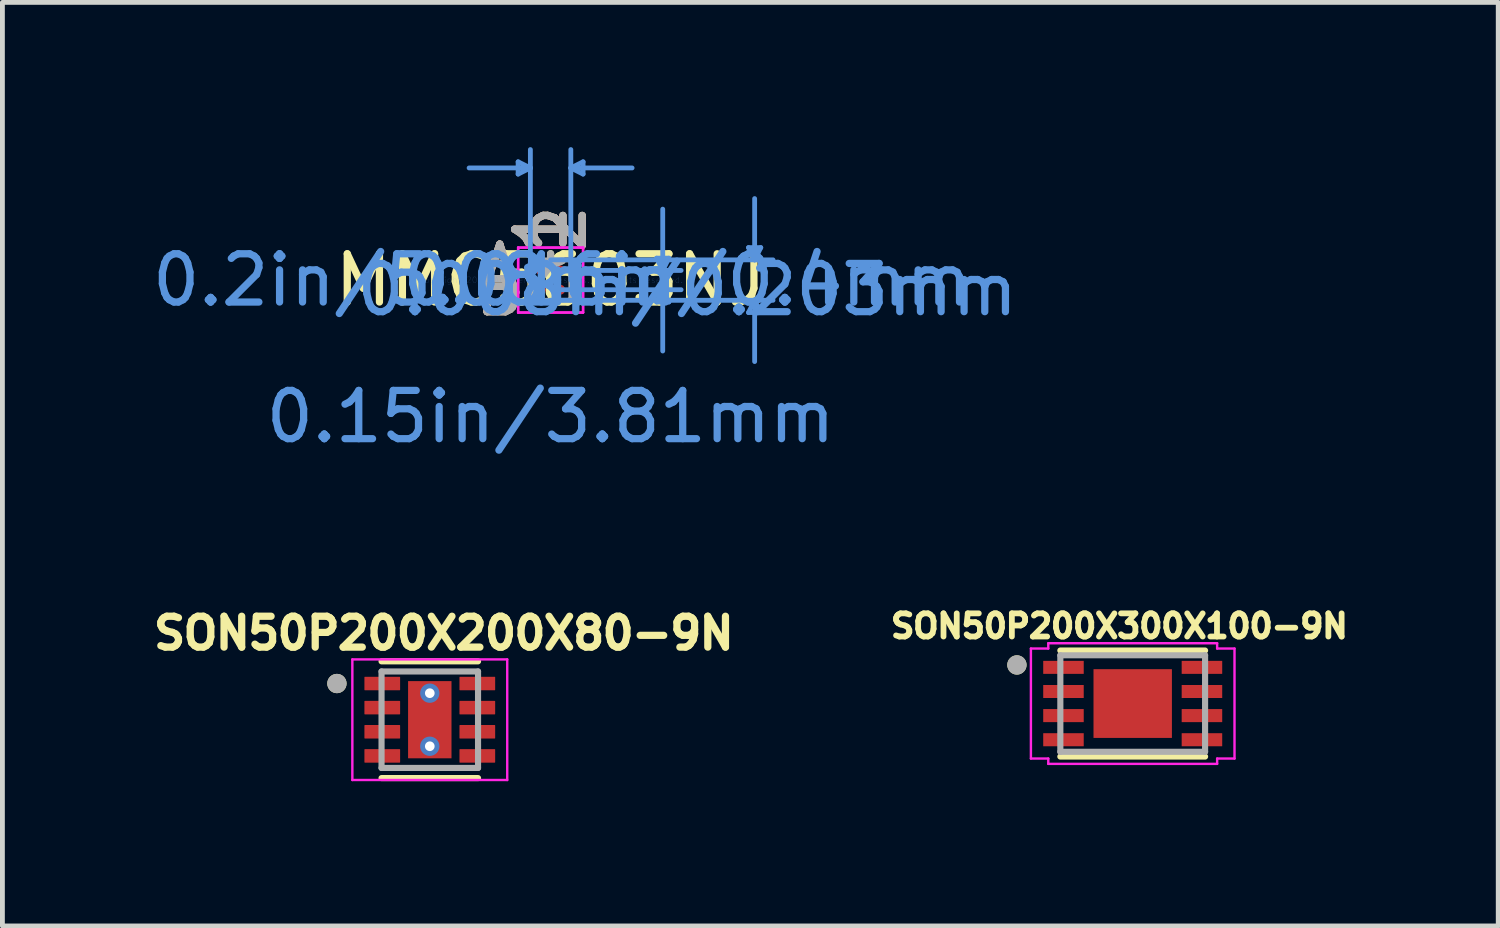
<source format=kicad_pcb>
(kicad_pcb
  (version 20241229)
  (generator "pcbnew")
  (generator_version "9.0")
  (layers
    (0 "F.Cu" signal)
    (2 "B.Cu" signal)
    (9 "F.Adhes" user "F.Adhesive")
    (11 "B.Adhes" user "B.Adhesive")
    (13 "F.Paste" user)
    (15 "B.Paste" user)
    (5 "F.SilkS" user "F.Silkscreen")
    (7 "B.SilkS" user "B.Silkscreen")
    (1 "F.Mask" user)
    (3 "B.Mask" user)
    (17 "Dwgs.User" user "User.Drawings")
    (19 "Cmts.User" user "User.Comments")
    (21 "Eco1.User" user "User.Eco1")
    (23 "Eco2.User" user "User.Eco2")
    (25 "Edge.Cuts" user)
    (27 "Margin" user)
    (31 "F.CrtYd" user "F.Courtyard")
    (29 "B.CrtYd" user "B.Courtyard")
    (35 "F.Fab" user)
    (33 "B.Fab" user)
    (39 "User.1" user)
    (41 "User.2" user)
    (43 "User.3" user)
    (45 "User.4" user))
  (footprint "SON50P200X200X80-9N"
    (layer "F.Cu")
    (at 5.858 11.867)
    (property "Reference" "SON50P200X200X80-9N" (at 0.292 -1.793 0) (layer "F.SilkS") (effects (font (size 0.64 0.64) (thickness 0.15))))
    (attr through_hole)
    (fp_line (start -1 -1.21) (end 1 -1.21) (stroke (width 0.127) (type solid)) (layer "F.SilkS"))
    (fp_line (start -1 1.21) (end 1 1.21) (stroke (width 0.127) (type solid)) (layer "F.SilkS"))
    (fp_circle (center -1.925 -0.75) (end -1.825 -0.75) (stroke (width 0.2) (type solid)) (fill no) (layer "F.SilkS"))
    (fp_poly (pts (xy -0.28 -0.51) (xy 0.28 -0.51) (xy 0.28 0.51) (xy -0.28 0.51)) (stroke (width 0.01) (type solid)) (fill yes) (layer "F.Paste"))
    (fp_line (start -1.605 -1.25) (end -1.605 1.25) (stroke (width 0.05) (type solid)) (layer "F.CrtYd"))
    (fp_line (start -1.605 -1.25) (end 1.605 -1.25) (stroke (width 0.05) (type solid)) (layer "F.CrtYd"))
    (fp_line (start -1.605 1.25) (end 1.605 1.25) (stroke (width 0.05) (type solid)) (layer "F.CrtYd"))
    (fp_line (start 1.605 -1.25) (end 1.605 1.25) (stroke (width 0.05) (type solid)) (layer "F.CrtYd"))
    (fp_line (start -1 -1) (end -1 1) (stroke (width 0.127) (type solid)) (layer "F.Fab"))
    (fp_line (start -1 -1) (end 1 -1) (stroke (width 0.127) (type solid)) (layer "F.Fab"))
    (fp_line (start -1 1) (end 1 1) (stroke (width 0.127) (type solid)) (layer "F.Fab"))
    (fp_line (start 1 -1) (end 1 1) (stroke (width 0.127) (type solid)) (layer "F.Fab"))
    (fp_circle (center -1.925 -0.75) (end -1.825 -0.75) (stroke (width 0.2) (type solid)) (fill no) (layer "F.Fab"))
    (pad "1" smd roundrect (at -0.985 -0.75) (size 0.74 0.28) (layers "F.Cu" "F.Mask" "F.Paste") (roundrect_rratio 0.04))
    (pad "2" smd roundrect (at -0.985 -0.25) (size 0.74 0.28) (layers "F.Cu" "F.Mask" "F.Paste") (roundrect_rratio 0.04))
    (pad "3" smd roundrect (at -0.985 0.25) (size 0.74 0.28) (layers "F.Cu" "F.Mask" "F.Paste") (roundrect_rratio 0.04))
    (pad "4" smd roundrect (at -0.985 0.75) (size 0.74 0.28) (layers "F.Cu" "F.Mask" "F.Paste") (roundrect_rratio 0.04))
    (pad "5" smd roundrect (at 0.985 0.75) (size 0.74 0.28) (layers "F.Cu" "F.Mask" "F.Paste") (roundrect_rratio 0.04))
    (pad "6" smd roundrect (at 0.985 0.25) (size 0.74 0.28) (layers "F.Cu" "F.Mask" "F.Paste") (roundrect_rratio 0.04))
    (pad "7" smd roundrect (at 0.985 -0.25) (size 0.74 0.28) (layers "F.Cu" "F.Mask" "F.Paste") (roundrect_rratio 0.04))
    (pad "8" smd roundrect (at 0.985 -0.75) (size 0.74 0.28) (layers "F.Cu" "F.Mask" "F.Paste") (roundrect_rratio 0.04))
    (pad "9" thru_hole circle (at 0 -0.55) (size 0.4 0.4) (drill 0.2) (layers "*.Cu"))
    (pad "9" smd rect (at 0 0) (size 0.9 1.6) (layers "F.Cu" "F.Mask"))
    (pad "9" thru_hole circle (at 0 0.55) (size 0.4 0.4) (drill 0.2) (layers "*.Cu")))
  (footprint "SON50P200X300X100-9N"
    (layer "F.Cu")
    (at 20.427 11.532)
    (property "Reference" "SON50P200X300X100-9N" (at -0.276 -1.605 0) (layer "F.SilkS") (effects (font (size 0.48 0.48) (thickness 0.15))))
    (attr through_hole)
    (fp_line (start -1.5 -1.099) (end 1.5 -1.099) (stroke (width 0.127) (type solid)) (layer "F.SilkS"))
    (fp_line (start -1.5 1.099) (end 1.5 1.099) (stroke (width 0.127) (type solid)) (layer "F.SilkS"))
    (fp_circle (center -2.4 -0.8) (end -2.3 -0.8) (stroke (width 0.2) (type solid)) (fill no) (layer "F.SilkS"))
    (fp_poly (pts (xy -0.665 -0.49) (xy -0.075 -0.49) (xy -0.075 0.49) (xy -0.665 0.49)) (stroke (width 0.01) (type solid)) (fill yes) (layer "F.Paste"))
    (fp_poly (pts (xy 0.075 -0.49) (xy 0.665 -0.49) (xy 0.665 0.49) (xy 0.075 0.49)) (stroke (width 0.01) (type solid)) (fill yes) (layer "F.Paste"))
    (fp_line (start -2.11 -1.14) (end -1.75 -1.14) (stroke (width 0.05) (type solid)) (layer "F.CrtYd"))
    (fp_line (start -2.11 1.14) (end -2.11 -1.14) (stroke (width 0.05) (type solid)) (layer "F.CrtYd"))
    (fp_line (start -1.75 -1.25) (end 1.75 -1.25) (stroke (width 0.05) (type solid)) (layer "F.CrtYd"))
    (fp_line (start -1.75 -1.14) (end -1.75 -1.25) (stroke (width 0.05) (type solid)) (layer "F.CrtYd"))
    (fp_line (start -1.75 1.14) (end -2.11 1.14) (stroke (width 0.05) (type solid)) (layer "F.CrtYd"))
    (fp_line (start -1.75 1.25) (end -1.75 1.14) (stroke (width 0.05) (type solid)) (layer "F.CrtYd"))
    (fp_line (start 1.75 -1.25) (end 1.75 -1.14) (stroke (width 0.05) (type solid)) (layer "F.CrtYd"))
    (fp_line (start 1.75 -1.14) (end 2.11 -1.14) (stroke (width 0.05) (type solid)) (layer "F.CrtYd"))
    (fp_line (start 1.75 1.14) (end 1.75 1.25) (stroke (width 0.05) (type solid)) (layer "F.CrtYd"))
    (fp_line (start 1.75 1.25) (end -1.75 1.25) (stroke (width 0.05) (type solid)) (layer "F.CrtYd"))
    (fp_line (start 2.11 -1.14) (end 2.11 1.14) (stroke (width 0.05) (type solid)) (layer "F.CrtYd"))
    (fp_line (start 2.11 1.14) (end 1.75 1.14) (stroke (width 0.05) (type solid)) (layer "F.CrtYd"))
    (fp_line (start -1.5 -1) (end 1.5 -1) (stroke (width 0.127) (type solid)) (layer "F.Fab"))
    (fp_line (start -1.5 1) (end -1.5 -1) (stroke (width 0.127) (type solid)) (layer "F.Fab"))
    (fp_line (start 1.5 -1) (end 1.5 1) (stroke (width 0.127) (type solid)) (layer "F.Fab"))
    (fp_line (start 1.5 1) (end -1.5 1) (stroke (width 0.127) (type solid)) (layer "F.Fab"))
    (fp_circle (center -2.4 -0.8) (end -2.3 -0.8) (stroke (width 0.2) (type solid)) (fill no) (layer "F.Fab"))
    (pad "1" smd roundrect (at -1.435 -0.75) (size 0.84 0.27) (layers "F.Cu" "F.Mask" "F.Paste") (roundrect_rratio 0.01))
    (pad "2" smd roundrect (at -1.435 -0.25) (size 0.84 0.27) (layers "F.Cu" "F.Mask" "F.Paste") (roundrect_rratio 0.01))
    (pad "3" smd roundrect (at -1.435 0.25) (size 0.84 0.27) (layers "F.Cu" "F.Mask" "F.Paste") (roundrect_rratio 0.01))
    (pad "4" smd roundrect (at -1.435 0.75) (size 0.84 0.27) (layers "F.Cu" "F.Mask" "F.Paste") (roundrect_rratio 0.01))
    (pad "5" smd roundrect (at 1.435 0.75) (size 0.84 0.27) (layers "F.Cu" "F.Mask" "F.Paste") (roundrect_rratio 0.01))
    (pad "6" smd roundrect (at 1.435 0.25) (size 0.84 0.27) (layers "F.Cu" "F.Mask" "F.Paste") (roundrect_rratio 0.01))
    (pad "7" smd roundrect (at 1.435 -0.25) (size 0.84 0.27) (layers "F.Cu" "F.Mask" "F.Paste") (roundrect_rratio 0.01))
    (pad "8" smd roundrect (at 1.435 -0.75) (size 0.84 0.27) (layers "F.Cu" "F.Mask" "F.Paste") (roundrect_rratio 0.01))
    (pad "9" smd rect (at 0 0) (size 1.625 1.425) (layers "F.Cu" "F.Mask")))
  (footprint "MMC5603NJ"
    (layer "F.Cu")
    (at 8.362 2.755)
    (property "Reference" "MMC5603NJ" (at 0 0 0) (layer "F.SilkS") (effects (font (size 1 1) (thickness 0.15))))
    (attr through_hole)
    (fp_line (start -0.673 -2.451) (end -0.673 -2.197) (stroke (width 0.1) (type solid)) (layer "Cmts.User"))
    (fp_line (start -0.419 -2.324) (end -1.689 -2.324) (stroke (width 0.1) (type solid)) (layer "Cmts.User"))
    (fp_line (start -0.419 -2.324) (end -0.673 -2.451) (stroke (width 0.1) (type solid)) (layer "Cmts.User"))
    (fp_line (start -0.419 -2.324) (end -0.673 -2.197) (stroke (width 0.1) (type solid)) (layer "Cmts.User"))
    (fp_line (start -0.419 0) (end -0.419 -2.705) (stroke (width 0.1) (type solid)) (layer "Cmts.User"))
    (fp_line (start 0 -0.419) (end 4.61 -0.419) (stroke (width 0.1) (type solid)) (layer "Cmts.User"))
    (fp_line (start 0 0.419) (end 4.61 0.419) (stroke (width 0.1) (type solid)) (layer "Cmts.User"))
    (fp_line (start 0.2 -0.2) (end 2.705 -0.2) (stroke (width 0.1) (type solid)) (layer "Cmts.User"))
    (fp_line (start 0.2 0.2) (end 2.705 0.2) (stroke (width 0.1) (type solid)) (layer "Cmts.User"))
    (fp_line (start 0.419 -2.324) (end 0.673 -2.451) (stroke (width 0.1) (type solid)) (layer "Cmts.User"))
    (fp_line (start 0.419 -2.324) (end 0.673 -2.197) (stroke (width 0.1) (type solid)) (layer "Cmts.User"))
    (fp_line (start 0.419 -2.324) (end 1.689 -2.324) (stroke (width 0.1) (type solid)) (layer "Cmts.User"))
    (fp_line (start 0.419 0) (end 0.419 -2.705) (stroke (width 0.1) (type solid)) (layer "Cmts.User"))
    (fp_line (start 0.673 -2.451) (end 0.673 -2.197) (stroke (width 0.1) (type solid)) (layer "Cmts.User"))
    (fp_line (start 2.197 -0.454) (end 2.451 -0.454) (stroke (width 0.1) (type solid)) (layer "Cmts.User"))
    (fp_line (start 2.197 0.454) (end 2.451 0.454) (stroke (width 0.1) (type solid)) (layer "Cmts.User"))
    (fp_line (start 2.324 -0.2) (end 2.197 -0.454) (stroke (width 0.1) (type solid)) (layer "Cmts.User"))
    (fp_line (start 2.324 -0.2) (end 2.324 -1.47) (stroke (width 0.1) (type solid)) (layer "Cmts.User"))
    (fp_line (start 2.324 -0.2) (end 2.451 -0.454) (stroke (width 0.1) (type solid)) (layer "Cmts.User"))
    (fp_line (start 2.324 0.2) (end 2.197 0.454) (stroke (width 0.1) (type solid)) (layer "Cmts.User"))
    (fp_line (start 2.324 0.2) (end 2.324 1.47) (stroke (width 0.1) (type solid)) (layer "Cmts.User"))
    (fp_line (start 2.324 0.2) (end 2.451 0.454) (stroke (width 0.1) (type solid)) (layer "Cmts.User"))
    (fp_line (start 4.102 -0.673) (end 4.356 -0.673) (stroke (width 0.1) (type solid)) (layer "Cmts.User"))
    (fp_line (start 4.102 0.673) (end 4.356 0.673) (stroke (width 0.1) (type solid)) (layer "Cmts.User"))
    (fp_line (start 4.229 -0.419) (end 4.102 -0.673) (stroke (width 0.1) (type solid)) (layer "Cmts.User"))
    (fp_line (start 4.229 -0.419) (end 4.229 -1.689) (stroke (width 0.1) (type solid)) (layer "Cmts.User"))
    (fp_line (start 4.229 -0.419) (end 4.356 -0.673) (stroke (width 0.1) (type solid)) (layer "Cmts.User"))
    (fp_line (start 4.229 0.419) (end 4.102 0.673) (stroke (width 0.1) (type solid)) (layer "Cmts.User"))
    (fp_line (start 4.229 0.419) (end 4.229 1.689) (stroke (width 0.1) (type solid)) (layer "Cmts.User"))
    (fp_line (start 4.229 0.419) (end 4.356 0.673) (stroke (width 0.1) (type solid)) (layer "Cmts.User"))
    (fp_line (start -0.673 -0.673) (end 0.673 -0.673) (stroke (width 0.05) (type solid)) (layer "F.CrtYd"))
    (fp_line (start -0.673 -0.673) (end 0.673 -0.673) (stroke (width 0.05) (type solid)) (layer "F.CrtYd"))
    (fp_line (start -0.673 0.673) (end -0.673 -0.673) (stroke (width 0.05) (type solid)) (layer "F.CrtYd"))
    (fp_line (start -0.673 0.673) (end -0.673 -0.673) (stroke (width 0.05) (type solid)) (layer "F.CrtYd"))
    (fp_line (start 0.673 -0.673) (end 0.673 0.673) (stroke (width 0.05) (type solid)) (layer "F.CrtYd"))
    (fp_line (start 0.673 -0.673) (end 0.673 0.673) (stroke (width 0.05) (type solid)) (layer "F.CrtYd"))
    (fp_line (start 0.673 0.673) (end -0.673 0.673) (stroke (width 0.05) (type solid)) (layer "F.CrtYd"))
    (fp_line (start 0.673 0.673) (end -0.673 0.673) (stroke (width 0.05) (type solid)) (layer "F.CrtYd"))
    (fp_line (start -0.419 -0.419) (end -0.419 0.419) (stroke (width 0.1) (type solid)) (layer "F.Fab"))
    (fp_line (start -0.419 0.419) (end 0.419 0.419) (stroke (width 0.1) (type solid)) (layer "F.Fab"))
    (fp_line (start -0.219 -0.419) (end -0.419 -0.219) (stroke (width 0.1) (type solid)) (layer "F.Fab"))
    (fp_line (start 0.419 -0.419) (end -0.419 -0.419) (stroke (width 0.1) (type solid)) (layer "F.Fab"))
    (fp_line (start 0.419 0.419) (end 0.419 -0.419) (stroke (width 0.1) (type solid)) (layer "F.Fab"))
    (fp_text user "B" (at -1.054 0.2 0) (layer "F.SilkS") (effects (font (size 1 1) (thickness 0.15))))
    (fp_text user "*" (at 0 0 0) (layer "F.SilkS") (effects (font (size 1 1) (thickness 0.15))))
    (fp_text user "2" (at 0.2 -1.054 90) (layer "F.SilkS") (effects (font (size 1 1) (thickness 0.15))))
    (fp_text user "1" (at -0.2 -1.054 90) (layer "F.SilkS") (effects (font (size 1 1) (thickness 0.15))))
    (fp_text user "A" (at -1.054 -0.2 0) (layer "F.SilkS") (effects (font (size 1 1) (thickness 0.15))))
    (fp_text user "B" (at -1.054 0.2 0) (layer "B.SilkS") (effects (font (size 1 1) (thickness 0.15))))
    (fp_text user "1" (at -0.2 -1.054 90) (layer "B.SilkS") (effects (font (size 1 1) (thickness 0.15))))
    (fp_text user "A" (at -1.054 -0.2 0) (layer "B.SilkS") (effects (font (size 1 1) (thickness 0.15))))
    (fp_text user "2" (at 0.2 -1.054 90) (layer "B.SilkS") (effects (font (size 1 1) (thickness 0.15))))
    (fp_text user "0.2in/5.08mm" (at -2.832 0 0) (layer "Cmts.User") (effects (font (size 1 1) (thickness 0.15))))
    (fp_text user "Copyright 2021 Accelerated Designs. All rights reserved." (at 0 0 0) (layer "Cmts.User") (effects (font (size 0.127 0.127) (thickness 0.002))))
    (fp_text user "0.15in/3.81mm" (at 0 2.832 0) (layer "Cmts.User") (effects (font (size 1 1) (thickness 0.15))))
    (fp_text user "0.008in/0.203mm" (at 2.832 0.2 0) (layer "Cmts.User") (effects (font (size 1 1) (thickness 0.15))))
    (fp_text user "0.016in/0.4mm" (at 2.832 0 0) (layer "Cmts.User") (effects (font (size 1 1) (thickness 0.15))))
    (fp_text user "*" (at 0 0 0) (layer "F.Fab") (effects (font (size 1 1) (thickness 0.15))))
    (fp_text user "A" (at -1.054 -0.2 0) (layer "F.Fab") (effects (font (size 1 1) (thickness 0.15))))
    (fp_text user "1" (at -0.2 -1.054 90) (layer "F.Fab") (effects (font (size 1 1) (thickness 0.15))))
    (fp_text user "B" (at -1.054 0.2 0) (layer "F.Fab") (effects (font (size 1 1) (thickness 0.15))))
    (fp_text user "2" (at 0.2 -1.054 90) (layer "F.Fab") (effects (font (size 1 1) (thickness 0.15))))
    (pad "A1" smd circle (at -0.2 -0.2) (size 0.203 0.203) (layers "F.Cu" "F.Mask" "F.Paste"))
    (pad "A2" smd circle (at 0.2 -0.2) (size 0.203 0.203) (layers "F.Cu" "F.Mask" "F.Paste"))
    (pad "B1" smd circle (at -0.2 0.2) (size 0.203 0.203) (layers "F.Cu" "F.Mask" "F.Paste"))
    (pad "B2" smd circle (at 0.2 0.2) (size 0.203 0.203) (layers "F.Cu" "F.Mask" "F.Paste")))
  (gr_rect
    (start -3 -3)
    (end 28.003 16.142)
    (stroke (width 0.1) (type default))
    (fill no)
    (layer "Edge.Cuts")))
</source>
